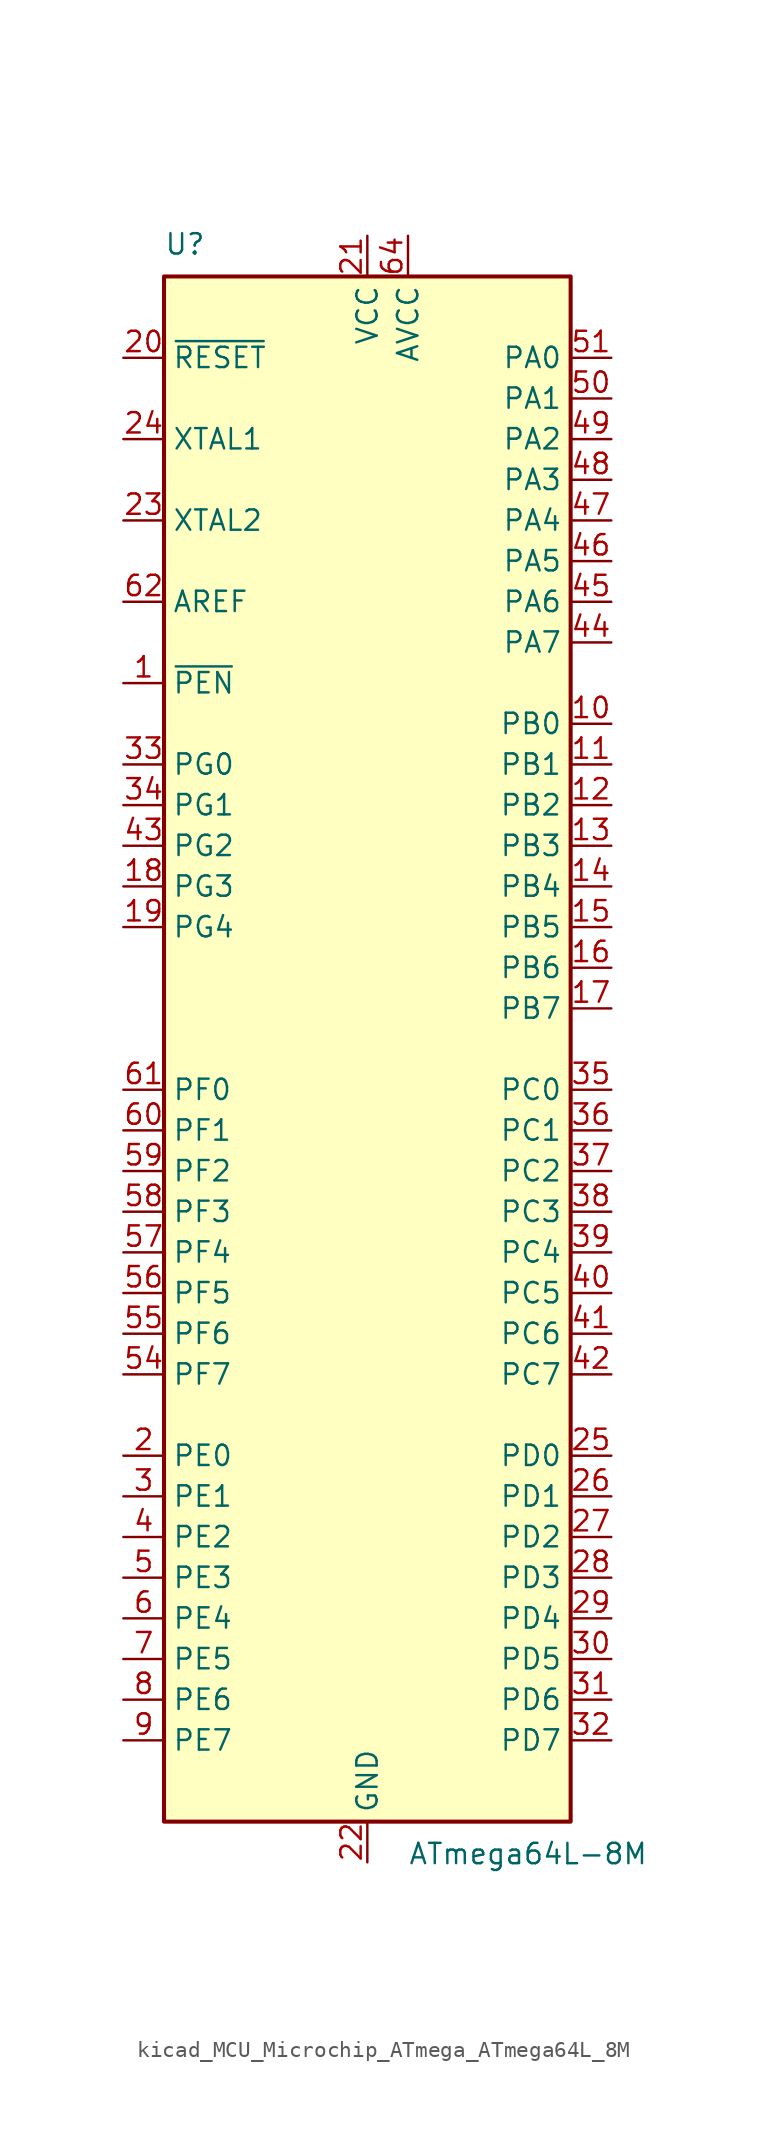
<source format=kicad_sym>
(kicad_symbol_lib
  (version 20220914)
  (generator kicad_symbol_editor)
  (symbol "kicad_MCU_Microchip_ATmega_ATmega64L_8M"
    (property "Reference" "U"
      (at -12.7 49.53 0)
      (effects (font (size 1.27 1.27)) (justify left bottom)))
    (property "Value" "ATmega64L-8M"
      (at 2.54 -49.53 0)
      (effects (font (size 1.27 1.27)) (justify left top)))
    (symbol "kicad_MCU_Microchip_ATmega_ATmega64L_8M_0_1"
      (rectangle (start -12.7 -48.26) (end 12.7 48.26) (stroke (width 0.254) (type default)) (fill (type background))))
    (symbol "kicad_MCU_Microchip_ATmega_ATmega64L_8M_1_1"
      (pin input line (at -15.24 22.86 0) (length 2.54) (name "~{PEN}" (effects (font (size 1.27 1.27)))) (number "1" (effects (font (size 1.27 1.27)))))
      (pin bidirectional line (at 15.24 20.32 180) (length 2.54) (name "PB0" (effects (font (size 1.27 1.27)))) (number "10" (effects (font (size 1.27 1.27)))))
      (pin bidirectional line (at 15.24 17.78 180) (length 2.54) (name "PB1" (effects (font (size 1.27 1.27)))) (number "11" (effects (font (size 1.27 1.27)))))
      (pin bidirectional line (at 15.24 15.24 180) (length 2.54) (name "PB2" (effects (font (size 1.27 1.27)))) (number "12" (effects (font (size 1.27 1.27)))))
      (pin bidirectional line (at 15.24 12.7 180) (length 2.54) (name "PB3" (effects (font (size 1.27 1.27)))) (number "13" (effects (font (size 1.27 1.27)))))
      (pin bidirectional line (at 15.24 10.16 180) (length 2.54) (name "PB4" (effects (font (size 1.27 1.27)))) (number "14" (effects (font (size 1.27 1.27)))))
      (pin bidirectional line (at 15.24 7.62 180) (length 2.54) (name "PB5" (effects (font (size 1.27 1.27)))) (number "15" (effects (font (size 1.27 1.27)))))
      (pin bidirectional line (at 15.24 5.08 180) (length 2.54) (name "PB6" (effects (font (size 1.27 1.27)))) (number "16" (effects (font (size 1.27 1.27)))))
      (pin bidirectional line (at 15.24 2.54 180) (length 2.54) (name "PB7" (effects (font (size 1.27 1.27)))) (number "17" (effects (font (size 1.27 1.27)))))
      (pin bidirectional line (at -15.24 10.16 0) (length 2.54) (name "PG3" (effects (font (size 1.27 1.27)))) (number "18" (effects (font (size 1.27 1.27)))))
      (pin bidirectional line (at -15.24 7.62 0) (length 2.54) (name "PG4" (effects (font (size 1.27 1.27)))) (number "19" (effects (font (size 1.27 1.27)))))
      (pin bidirectional line (at -15.24 -25.4 0) (length 2.54) (name "PE0" (effects (font (size 1.27 1.27)))) (number "2" (effects (font (size 1.27 1.27)))))
      (pin input line (at -15.24 43.18 0) (length 2.54) (name "~{RESET}" (effects (font (size 1.27 1.27)))) (number "20" (effects (font (size 1.27 1.27)))))
      (pin power_in line (at 0 50.8 270) (length 2.54) (name "VCC" (effects (font (size 1.27 1.27)))) (number "21" (effects (font (size 1.27 1.27)))))
      (pin power_in line (at 0 -50.8 90) (length 2.54) (name "GND" (effects (font (size 1.27 1.27)))) (number "22" (effects (font (size 1.27 1.27)))))
      (pin output line (at -15.24 33.02 0) (length 2.54) (name "XTAL2" (effects (font (size 1.27 1.27)))) (number "23" (effects (font (size 1.27 1.27)))))
      (pin input line (at -15.24 38.1 0) (length 2.54) (name "XTAL1" (effects (font (size 1.27 1.27)))) (number "24" (effects (font (size 1.27 1.27)))))
      (pin bidirectional line (at 15.24 -25.4 180) (length 2.54) (name "PD0" (effects (font (size 1.27 1.27)))) (number "25" (effects (font (size 1.27 1.27)))))
      (pin bidirectional line (at 15.24 -27.94 180) (length 2.54) (name "PD1" (effects (font (size 1.27 1.27)))) (number "26" (effects (font (size 1.27 1.27)))))
      (pin bidirectional line (at 15.24 -30.48 180) (length 2.54) (name "PD2" (effects (font (size 1.27 1.27)))) (number "27" (effects (font (size 1.27 1.27)))))
      (pin bidirectional line (at 15.24 -33.02 180) (length 2.54) (name "PD3" (effects (font (size 1.27 1.27)))) (number "28" (effects (font (size 1.27 1.27)))))
      (pin bidirectional line (at 15.24 -35.56 180) (length 2.54) (name "PD4" (effects (font (size 1.27 1.27)))) (number "29" (effects (font (size 1.27 1.27)))))
      (pin bidirectional line (at -15.24 -27.94 0) (length 2.54) (name "PE1" (effects (font (size 1.27 1.27)))) (number "3" (effects (font (size 1.27 1.27)))))
      (pin bidirectional line (at 15.24 -38.1 180) (length 2.54) (name "PD5" (effects (font (size 1.27 1.27)))) (number "30" (effects (font (size 1.27 1.27)))))
      (pin bidirectional line (at 15.24 -40.64 180) (length 2.54) (name "PD6" (effects (font (size 1.27 1.27)))) (number "31" (effects (font (size 1.27 1.27)))))
      (pin bidirectional line (at 15.24 -43.18 180) (length 2.54) (name "PD7" (effects (font (size 1.27 1.27)))) (number "32" (effects (font (size 1.27 1.27)))))
      (pin bidirectional line (at -15.24 17.78 0) (length 2.54) (name "PG0" (effects (font (size 1.27 1.27)))) (number "33" (effects (font (size 1.27 1.27)))))
      (pin bidirectional line (at -15.24 15.24 0) (length 2.54) (name "PG1" (effects (font (size 1.27 1.27)))) (number "34" (effects (font (size 1.27 1.27)))))
      (pin bidirectional line (at 15.24 -2.54 180) (length 2.54) (name "PC0" (effects (font (size 1.27 1.27)))) (number "35" (effects (font (size 1.27 1.27)))))
      (pin bidirectional line (at 15.24 -5.08 180) (length 2.54) (name "PC1" (effects (font (size 1.27 1.27)))) (number "36" (effects (font (size 1.27 1.27)))))
      (pin bidirectional line (at 15.24 -7.62 180) (length 2.54) (name "PC2" (effects (font (size 1.27 1.27)))) (number "37" (effects (font (size 1.27 1.27)))))
      (pin bidirectional line (at 15.24 -10.16 180) (length 2.54) (name "PC3" (effects (font (size 1.27 1.27)))) (number "38" (effects (font (size 1.27 1.27)))))
      (pin bidirectional line (at 15.24 -12.7 180) (length 2.54) (name "PC4" (effects (font (size 1.27 1.27)))) (number "39" (effects (font (size 1.27 1.27)))))
      (pin bidirectional line (at -15.24 -30.48 0) (length 2.54) (name "PE2" (effects (font (size 1.27 1.27)))) (number "4" (effects (font (size 1.27 1.27)))))
      (pin bidirectional line (at 15.24 -15.24 180) (length 2.54) (name "PC5" (effects (font (size 1.27 1.27)))) (number "40" (effects (font (size 1.27 1.27)))))
      (pin bidirectional line (at 15.24 -17.78 180) (length 2.54) (name "PC6" (effects (font (size 1.27 1.27)))) (number "41" (effects (font (size 1.27 1.27)))))
      (pin bidirectional line (at 15.24 -20.32 180) (length 2.54) (name "PC7" (effects (font (size 1.27 1.27)))) (number "42" (effects (font (size 1.27 1.27)))))
      (pin bidirectional line (at -15.24 12.7 0) (length 2.54) (name "PG2" (effects (font (size 1.27 1.27)))) (number "43" (effects (font (size 1.27 1.27)))))
      (pin bidirectional line (at 15.24 25.4 180) (length 2.54) (name "PA7" (effects (font (size 1.27 1.27)))) (number "44" (effects (font (size 1.27 1.27)))))
      (pin bidirectional line (at 15.24 27.94 180) (length 2.54) (name "PA6" (effects (font (size 1.27 1.27)))) (number "45" (effects (font (size 1.27 1.27)))))
      (pin bidirectional line (at 15.24 30.48 180) (length 2.54) (name "PA5" (effects (font (size 1.27 1.27)))) (number "46" (effects (font (size 1.27 1.27)))))
      (pin bidirectional line (at 15.24 33.02 180) (length 2.54) (name "PA4" (effects (font (size 1.27 1.27)))) (number "47" (effects (font (size 1.27 1.27)))))
      (pin bidirectional line (at 15.24 35.56 180) (length 2.54) (name "PA3" (effects (font (size 1.27 1.27)))) (number "48" (effects (font (size 1.27 1.27)))))
      (pin bidirectional line (at 15.24 38.1 180) (length 2.54) (name "PA2" (effects (font (size 1.27 1.27)))) (number "49" (effects (font (size 1.27 1.27)))))
      (pin bidirectional line (at -15.24 -33.02 0) (length 2.54) (name "PE3" (effects (font (size 1.27 1.27)))) (number "5" (effects (font (size 1.27 1.27)))))
      (pin bidirectional line (at 15.24 40.64 180) (length 2.54) (name "PA1" (effects (font (size 1.27 1.27)))) (number "50" (effects (font (size 1.27 1.27)))))
      (pin bidirectional line (at 15.24 43.18 180) (length 2.54) (name "PA0" (effects (font (size 1.27 1.27)))) (number "51" (effects (font (size 1.27 1.27)))))
      (pin passive line (at 0 50.8 270) (length 2.54) hide (name "VCC" (effects (font (size 1.27 1.27)))) (number "52" (effects (font (size 1.27 1.27)))))
      (pin passive line (at 0 -50.8 90) (length 2.54) hide (name "GND" (effects (font (size 1.27 1.27)))) (number "53" (effects (font (size 1.27 1.27)))))
      (pin bidirectional line (at -15.24 -20.32 0) (length 2.54) (name "PF7" (effects (font (size 1.27 1.27)))) (number "54" (effects (font (size 1.27 1.27)))))
      (pin bidirectional line (at -15.24 -17.78 0) (length 2.54) (name "PF6" (effects (font (size 1.27 1.27)))) (number "55" (effects (font (size 1.27 1.27)))))
      (pin bidirectional line (at -15.24 -15.24 0) (length 2.54) (name "PF5" (effects (font (size 1.27 1.27)))) (number "56" (effects (font (size 1.27 1.27)))))
      (pin bidirectional line (at -15.24 -12.7 0) (length 2.54) (name "PF4" (effects (font (size 1.27 1.27)))) (number "57" (effects (font (size 1.27 1.27)))))
      (pin bidirectional line (at -15.24 -10.16 0) (length 2.54) (name "PF3" (effects (font (size 1.27 1.27)))) (number "58" (effects (font (size 1.27 1.27)))))
      (pin bidirectional line (at -15.24 -7.62 0) (length 2.54) (name "PF2" (effects (font (size 1.27 1.27)))) (number "59" (effects (font (size 1.27 1.27)))))
      (pin bidirectional line (at -15.24 -35.56 0) (length 2.54) (name "PE4" (effects (font (size 1.27 1.27)))) (number "6" (effects (font (size 1.27 1.27)))))
      (pin bidirectional line (at -15.24 -5.08 0) (length 2.54) (name "PF1" (effects (font (size 1.27 1.27)))) (number "60" (effects (font (size 1.27 1.27)))))
      (pin bidirectional line (at -15.24 -2.54 0) (length 2.54) (name "PF0" (effects (font (size 1.27 1.27)))) (number "61" (effects (font (size 1.27 1.27)))))
      (pin passive line (at -15.24 27.94 0) (length 2.54) (name "AREF" (effects (font (size 1.27 1.27)))) (number "62" (effects (font (size 1.27 1.27)))))
      (pin passive line (at 0 -50.8 90) (length 2.54) hide (name "GND" (effects (font (size 1.27 1.27)))) (number "63" (effects (font (size 1.27 1.27)))))
      (pin power_in line (at 2.54 50.8 270) (length 2.54) (name "AVCC" (effects (font (size 1.27 1.27)))) (number "64" (effects (font (size 1.27 1.27)))))
      (pin passive line (at 0 -50.8 90) (length 2.54) hide (name "GND" (effects (font (size 1.27 1.27)))) (number "65" (effects (font (size 1.27 1.27)))))
      (pin bidirectional line (at -15.24 -38.1 0) (length 2.54) (name "PE5" (effects (font (size 1.27 1.27)))) (number "7" (effects (font (size 1.27 1.27)))))
      (pin bidirectional line (at -15.24 -40.64 0) (length 2.54) (name "PE6" (effects (font (size 1.27 1.27)))) (number "8" (effects (font (size 1.27 1.27)))))
      (pin bidirectional line (at -15.24 -43.18 0) (length 2.54) (name "PE7" (effects (font (size 1.27 1.27)))) (number "9" (effects (font (size 1.27 1.27))))))))
</source>
